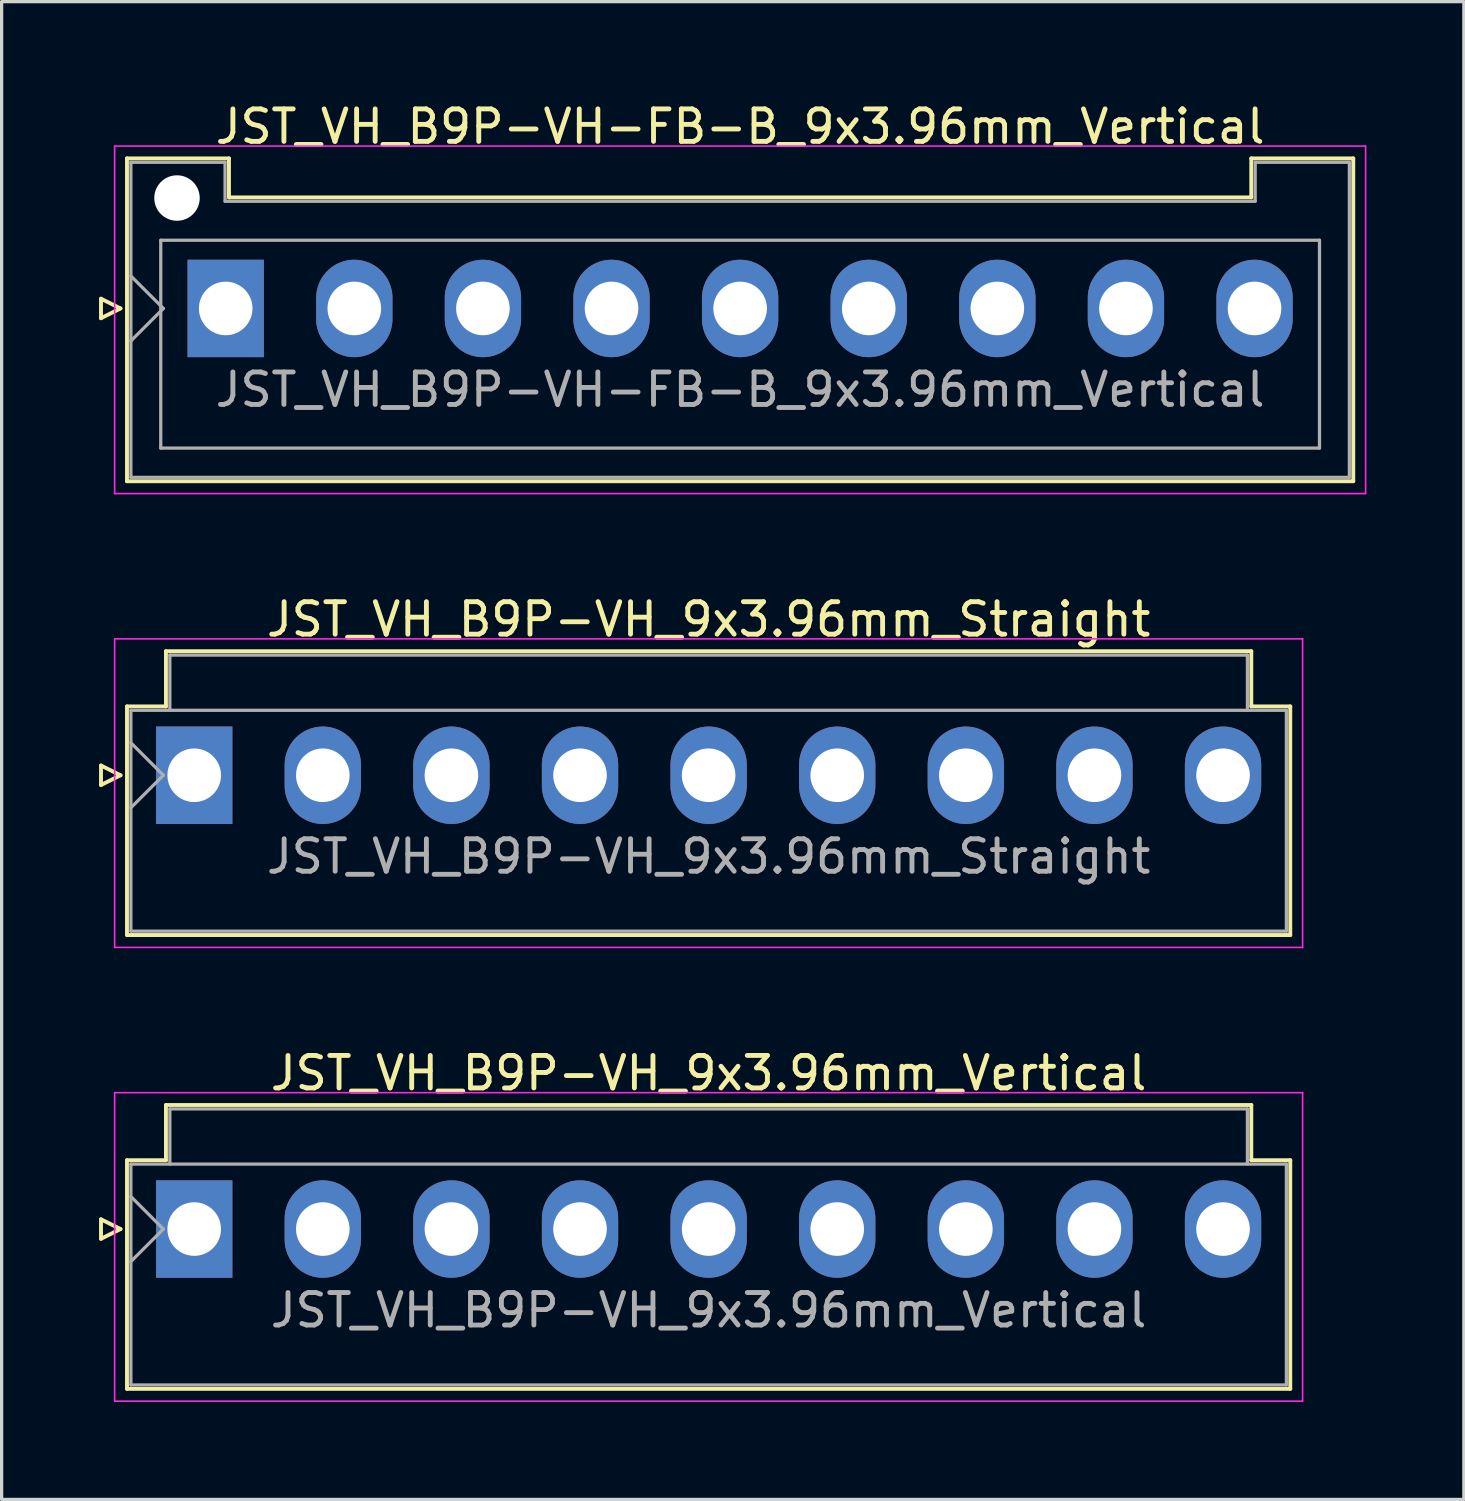
<source format=kicad_pcb>
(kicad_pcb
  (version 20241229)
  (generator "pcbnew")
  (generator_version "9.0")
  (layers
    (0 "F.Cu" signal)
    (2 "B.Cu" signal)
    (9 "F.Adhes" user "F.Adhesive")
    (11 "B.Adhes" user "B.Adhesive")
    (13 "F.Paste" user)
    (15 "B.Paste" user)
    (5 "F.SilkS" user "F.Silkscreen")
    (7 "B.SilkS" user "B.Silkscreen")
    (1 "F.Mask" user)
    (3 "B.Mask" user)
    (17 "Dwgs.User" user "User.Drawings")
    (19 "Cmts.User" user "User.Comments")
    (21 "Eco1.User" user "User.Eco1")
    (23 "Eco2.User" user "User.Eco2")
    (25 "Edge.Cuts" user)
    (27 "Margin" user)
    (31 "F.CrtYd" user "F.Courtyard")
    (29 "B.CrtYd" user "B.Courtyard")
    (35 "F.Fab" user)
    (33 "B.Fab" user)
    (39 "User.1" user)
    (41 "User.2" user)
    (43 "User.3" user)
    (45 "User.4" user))
  (footprint "JST_VH_B9P-VH-FB-B_9x3.96mm_Vertical"
    (layer "F.Cu")
    (at 3.9 6.448)
    (property "Reference" "JST_VH_B9P-VH-FB-B_9x3.96mm_Vertical" (at 15.84 -5.6 0) (layer "F.SilkS") (effects (font (size 1 1) (thickness 0.15))))
    (attr through_hole)
    (fp_line (start -3.84 -0.3) (end -3.24 0) (stroke (width 0.12) (type solid)) (layer "F.SilkS"))
    (fp_line (start -3.84 0.3) (end -3.84 -0.3) (stroke (width 0.12) (type solid)) (layer "F.SilkS"))
    (fp_line (start -3.24 0) (end -3.84 0.3) (stroke (width 0.12) (type solid)) (layer "F.SilkS"))
    (fp_line (start -3.04 -4.62) (end 0.1 -4.62) (stroke (width 0.12) (type solid)) (layer "F.SilkS"))
    (fp_line (start -3.04 5.32) (end -3.04 -4.62) (stroke (width 0.12) (type solid)) (layer "F.SilkS"))
    (fp_line (start 0.1 -4.62) (end 0.1 -3.42) (stroke (width 0.12) (type solid)) (layer "F.SilkS"))
    (fp_line (start 0.1 -3.42) (end 31.58 -3.42) (stroke (width 0.12) (type solid)) (layer "F.SilkS"))
    (fp_line (start 31.58 -4.62) (end 34.72 -4.62) (stroke (width 0.12) (type solid)) (layer "F.SilkS"))
    (fp_line (start 31.58 -3.42) (end 31.58 -4.62) (stroke (width 0.12) (type solid)) (layer "F.SilkS"))
    (fp_line (start 34.72 -4.62) (end 34.72 5.32) (stroke (width 0.12) (type solid)) (layer "F.SilkS"))
    (fp_line (start 34.72 5.32) (end -3.04 5.32) (stroke (width 0.12) (type solid)) (layer "F.SilkS"))
    (fp_line (start -3.42 -5) (end -3.42 5.7) (stroke (width 0.05) (type solid)) (layer "F.CrtYd"))
    (fp_line (start -3.42 5.7) (end 35.1 5.7) (stroke (width 0.05) (type solid)) (layer "F.CrtYd"))
    (fp_line (start 35.1 -5) (end -3.42 -5) (stroke (width 0.05) (type solid)) (layer "F.CrtYd"))
    (fp_line (start 35.1 5.7) (end 35.1 -5) (stroke (width 0.05) (type solid)) (layer "F.CrtYd"))
    (fp_line (start -2.92 -4.5) (end -0.02 -4.5) (stroke (width 0.1) (type solid)) (layer "F.Fab"))
    (fp_line (start -2.92 -1) (end -1.92 0) (stroke (width 0.1) (type solid)) (layer "F.Fab"))
    (fp_line (start -2.92 1) (end -1.92 0) (stroke (width 0.1) (type solid)) (layer "F.Fab"))
    (fp_line (start -2.92 5.2) (end -2.92 -4.5) (stroke (width 0.1) (type solid)) (layer "F.Fab"))
    (fp_line (start -2 -2.1) (end 33.68 -2.1) (stroke (width 0.1) (type solid)) (layer "F.Fab"))
    (fp_line (start -2 4.3) (end -2 -2.1) (stroke (width 0.1) (type solid)) (layer "F.Fab"))
    (fp_line (start -0.02 -4.5) (end -0.02 -3.3) (stroke (width 0.1) (type solid)) (layer "F.Fab"))
    (fp_line (start -0.02 -3.3) (end 31.7 -3.3) (stroke (width 0.1) (type solid)) (layer "F.Fab"))
    (fp_line (start 31.7 -4.5) (end 34.6 -4.5) (stroke (width 0.1) (type solid)) (layer "F.Fab"))
    (fp_line (start 31.7 -3.3) (end 31.7 -4.5) (stroke (width 0.1) (type solid)) (layer "F.Fab"))
    (fp_line (start 33.68 -2.1) (end 33.68 4.3) (stroke (width 0.1) (type solid)) (layer "F.Fab"))
    (fp_line (start 33.68 4.3) (end -2 4.3) (stroke (width 0.1) (type solid)) (layer "F.Fab"))
    (fp_line (start 34.6 -4.5) (end 34.6 5.2) (stroke (width 0.1) (type solid)) (layer "F.Fab"))
    (fp_line (start 34.6 5.2) (end -2.92 5.2) (stroke (width 0.1) (type solid)) (layer "F.Fab"))
    (fp_text user "${REFERENCE}" (at 15.84 2.5 0) (layer "F.Fab") (effects (font (size 1 1) (thickness 0.15))))
    (pad "" np_thru_hole circle (at -1.5 -3.4) (size 1.4 1.4) (drill 1.4) (layers "*.Cu" "*.Mask"))
    (pad "1" thru_hole rect (at 0 0) (size 2.35 3) (drill 1.65) (layers "*.Cu" "*.Mask"))
    (pad "2" thru_hole oval (at 3.96 0) (size 2.35 3) (drill 1.65) (layers "*.Cu" "*.Mask"))
    (pad "3" thru_hole oval (at 7.92 0) (size 2.35 3) (drill 1.65) (layers "*.Cu" "*.Mask"))
    (pad "4" thru_hole oval (at 11.88 0) (size 2.35 3) (drill 1.65) (layers "*.Cu" "*.Mask"))
    (pad "5" thru_hole oval (at 15.84 0) (size 2.35 3) (drill 1.65) (layers "*.Cu" "*.Mask"))
    (pad "6" thru_hole oval (at 19.8 0) (size 2.35 3) (drill 1.65) (layers "*.Cu" "*.Mask"))
    (pad "7" thru_hole oval (at 23.76 0) (size 2.35 3) (drill 1.65) (layers "*.Cu" "*.Mask"))
    (pad "8" thru_hole oval (at 27.72 0) (size 2.35 3) (drill 1.65) (layers "*.Cu" "*.Mask"))
    (pad "9" thru_hole oval (at 31.68 0) (size 2.35 3) (drill 1.65) (layers "*.Cu" "*.Mask")))
  (footprint "JST_VH_B9P-VH_9x3.96mm_Straight"
    (layer "F.Cu")
    (at 2.93 20.822)
    (property "Reference" "JST_VH_B9P-VH_9x3.96mm_Straight" (at 15.84 -4.8 0) (layer "F.SilkS") (effects (font (size 1 1) (thickness 0.15))))
    (attr through_hole)
    (fp_line (start -2.87 -0.3) (end -2.27 0) (stroke (width 0.12) (type solid)) (layer "F.SilkS"))
    (fp_line (start -2.87 0.3) (end -2.87 -0.3) (stroke (width 0.12) (type solid)) (layer "F.SilkS"))
    (fp_line (start -2.27 0) (end -2.87 0.3) (stroke (width 0.12) (type solid)) (layer "F.SilkS"))
    (fp_line (start -2.07 -2.12) (end -0.87 -2.12) (stroke (width 0.12) (type solid)) (layer "F.SilkS"))
    (fp_line (start -2.07 4.92) (end -2.07 -2.12) (stroke (width 0.12) (type solid)) (layer "F.SilkS"))
    (fp_line (start -0.87 -3.82) (end 32.55 -3.82) (stroke (width 0.12) (type solid)) (layer "F.SilkS"))
    (fp_line (start -0.87 -2.12) (end -0.87 -3.82) (stroke (width 0.12) (type solid)) (layer "F.SilkS"))
    (fp_line (start 32.55 -3.82) (end 32.55 -2.12) (stroke (width 0.12) (type solid)) (layer "F.SilkS"))
    (fp_line (start 32.55 -2.12) (end 33.75 -2.12) (stroke (width 0.12) (type solid)) (layer "F.SilkS"))
    (fp_line (start 33.75 -2.12) (end 33.75 4.92) (stroke (width 0.12) (type solid)) (layer "F.SilkS"))
    (fp_line (start 33.75 4.92) (end -2.07 4.92) (stroke (width 0.12) (type solid)) (layer "F.SilkS"))
    (fp_line (start -2.45 -4.2) (end -2.45 5.3) (stroke (width 0.05) (type solid)) (layer "F.CrtYd"))
    (fp_line (start -2.45 5.3) (end 34.13 5.3) (stroke (width 0.05) (type solid)) (layer "F.CrtYd"))
    (fp_line (start 34.13 -4.2) (end -2.45 -4.2) (stroke (width 0.05) (type solid)) (layer "F.CrtYd"))
    (fp_line (start 34.13 5.3) (end 34.13 -4.2) (stroke (width 0.05) (type solid)) (layer "F.CrtYd"))
    (fp_line (start -1.95 -2) (end -1.95 4.8) (stroke (width 0.1) (type solid)) (layer "F.Fab"))
    (fp_line (start -1.95 -1) (end -0.95 0) (stroke (width 0.1) (type solid)) (layer "F.Fab"))
    (fp_line (start -1.95 1) (end -0.95 0) (stroke (width 0.1) (type solid)) (layer "F.Fab"))
    (fp_line (start -1.95 4.8) (end 33.63 4.8) (stroke (width 0.1) (type solid)) (layer "F.Fab"))
    (fp_line (start -0.75 -3.7) (end 32.43 -3.7) (stroke (width 0.1) (type solid)) (layer "F.Fab"))
    (fp_line (start -0.75 -2) (end -0.75 -3.7) (stroke (width 0.1) (type solid)) (layer "F.Fab"))
    (fp_line (start 32.43 -3.7) (end 32.43 -2) (stroke (width 0.1) (type solid)) (layer "F.Fab"))
    (fp_line (start 33.63 -2) (end -1.95 -2) (stroke (width 0.1) (type solid)) (layer "F.Fab"))
    (fp_line (start 33.63 4.8) (end 33.63 -2) (stroke (width 0.1) (type solid)) (layer "F.Fab"))
    (fp_text user "${REFERENCE}" (at 15.84 2.5 0) (layer "F.Fab") (effects (font (size 1 1) (thickness 0.15))))
    (pad "1" thru_hole rect (at 0 0) (size 2.35 3) (drill 1.65) (layers "*.Cu" "*.Mask"))
    (pad "2" thru_hole oval (at 3.96 0) (size 2.35 3) (drill 1.65) (layers "*.Cu" "*.Mask"))
    (pad "3" thru_hole oval (at 7.92 0) (size 2.35 3) (drill 1.65) (layers "*.Cu" "*.Mask"))
    (pad "4" thru_hole oval (at 11.88 0) (size 2.35 3) (drill 1.65) (layers "*.Cu" "*.Mask"))
    (pad "5" thru_hole oval (at 15.84 0) (size 2.35 3) (drill 1.65) (layers "*.Cu" "*.Mask"))
    (pad "6" thru_hole oval (at 19.8 0) (size 2.35 3) (drill 1.65) (layers "*.Cu" "*.Mask"))
    (pad "7" thru_hole oval (at 23.76 0) (size 2.35 3) (drill 1.65) (layers "*.Cu" "*.Mask"))
    (pad "8" thru_hole oval (at 27.72 0) (size 2.35 3) (drill 1.65) (layers "*.Cu" "*.Mask"))
    (pad "9" thru_hole oval (at 31.68 0) (size 2.35 3) (drill 1.65) (layers "*.Cu" "*.Mask")))
  (footprint "JST_VH_B9P-VH_9x3.96mm_Vertical"
    (layer "F.Cu")
    (at 2.93 34.795)
    (property "Reference" "JST_VH_B9P-VH_9x3.96mm_Vertical" (at 15.84 -4.8 0) (layer "F.SilkS") (effects (font (size 1 1) (thickness 0.15))))
    (attr through_hole)
    (fp_line (start -2.87 -0.3) (end -2.27 0) (stroke (width 0.12) (type solid)) (layer "F.SilkS"))
    (fp_line (start -2.87 0.3) (end -2.87 -0.3) (stroke (width 0.12) (type solid)) (layer "F.SilkS"))
    (fp_line (start -2.27 0) (end -2.87 0.3) (stroke (width 0.12) (type solid)) (layer "F.SilkS"))
    (fp_line (start -2.07 -2.12) (end -0.87 -2.12) (stroke (width 0.12) (type solid)) (layer "F.SilkS"))
    (fp_line (start -2.07 4.92) (end -2.07 -2.12) (stroke (width 0.12) (type solid)) (layer "F.SilkS"))
    (fp_line (start -0.87 -3.82) (end 32.55 -3.82) (stroke (width 0.12) (type solid)) (layer "F.SilkS"))
    (fp_line (start -0.87 -2.12) (end -0.87 -3.82) (stroke (width 0.12) (type solid)) (layer "F.SilkS"))
    (fp_line (start 32.55 -3.82) (end 32.55 -2.12) (stroke (width 0.12) (type solid)) (layer "F.SilkS"))
    (fp_line (start 32.55 -2.12) (end 33.75 -2.12) (stroke (width 0.12) (type solid)) (layer "F.SilkS"))
    (fp_line (start 33.75 -2.12) (end 33.75 4.92) (stroke (width 0.12) (type solid)) (layer "F.SilkS"))
    (fp_line (start 33.75 4.92) (end -2.07 4.92) (stroke (width 0.12) (type solid)) (layer "F.SilkS"))
    (fp_line (start -2.45 -4.2) (end -2.45 5.3) (stroke (width 0.05) (type solid)) (layer "F.CrtYd"))
    (fp_line (start -2.45 5.3) (end 34.13 5.3) (stroke (width 0.05) (type solid)) (layer "F.CrtYd"))
    (fp_line (start 34.13 -4.2) (end -2.45 -4.2) (stroke (width 0.05) (type solid)) (layer "F.CrtYd"))
    (fp_line (start 34.13 5.3) (end 34.13 -4.2) (stroke (width 0.05) (type solid)) (layer "F.CrtYd"))
    (fp_line (start -1.95 -2) (end -1.95 4.8) (stroke (width 0.1) (type solid)) (layer "F.Fab"))
    (fp_line (start -1.95 -1) (end -0.95 0) (stroke (width 0.1) (type solid)) (layer "F.Fab"))
    (fp_line (start -1.95 1) (end -0.95 0) (stroke (width 0.1) (type solid)) (layer "F.Fab"))
    (fp_line (start -1.95 4.8) (end 33.63 4.8) (stroke (width 0.1) (type solid)) (layer "F.Fab"))
    (fp_line (start -0.75 -3.7) (end 32.43 -3.7) (stroke (width 0.1) (type solid)) (layer "F.Fab"))
    (fp_line (start -0.75 -2) (end -0.75 -3.7) (stroke (width 0.1) (type solid)) (layer "F.Fab"))
    (fp_line (start 32.43 -3.7) (end 32.43 -2) (stroke (width 0.1) (type solid)) (layer "F.Fab"))
    (fp_line (start 33.63 -2) (end -1.95 -2) (stroke (width 0.1) (type solid)) (layer "F.Fab"))
    (fp_line (start 33.63 4.8) (end 33.63 -2) (stroke (width 0.1) (type solid)) (layer "F.Fab"))
    (fp_text user "${REFERENCE}" (at 15.84 2.5 0) (layer "F.Fab") (effects (font (size 1 1) (thickness 0.15))))
    (pad "1" thru_hole rect (at 0 0) (size 2.35 3) (drill 1.65) (layers "*.Cu" "*.Mask"))
    (pad "2" thru_hole oval (at 3.96 0) (size 2.35 3) (drill 1.65) (layers "*.Cu" "*.Mask"))
    (pad "3" thru_hole oval (at 7.92 0) (size 2.35 3) (drill 1.65) (layers "*.Cu" "*.Mask"))
    (pad "4" thru_hole oval (at 11.88 0) (size 2.35 3) (drill 1.65) (layers "*.Cu" "*.Mask"))
    (pad "5" thru_hole oval (at 15.84 0) (size 2.35 3) (drill 1.65) (layers "*.Cu" "*.Mask"))
    (pad "6" thru_hole oval (at 19.8 0) (size 2.35 3) (drill 1.65) (layers "*.Cu" "*.Mask"))
    (pad "7" thru_hole oval (at 23.76 0) (size 2.35 3) (drill 1.65) (layers "*.Cu" "*.Mask"))
    (pad "8" thru_hole oval (at 27.72 0) (size 2.35 3) (drill 1.65) (layers "*.Cu" "*.Mask"))
    (pad "9" thru_hole oval (at 31.68 0) (size 2.35 3) (drill 1.65) (layers "*.Cu" "*.Mask")))
  (gr_rect
    (start -3 -3)
    (end 42.025 43.12)
    (stroke (width 0.1) (type default))
    (fill no)
    (layer "Edge.Cuts")))
</source>
